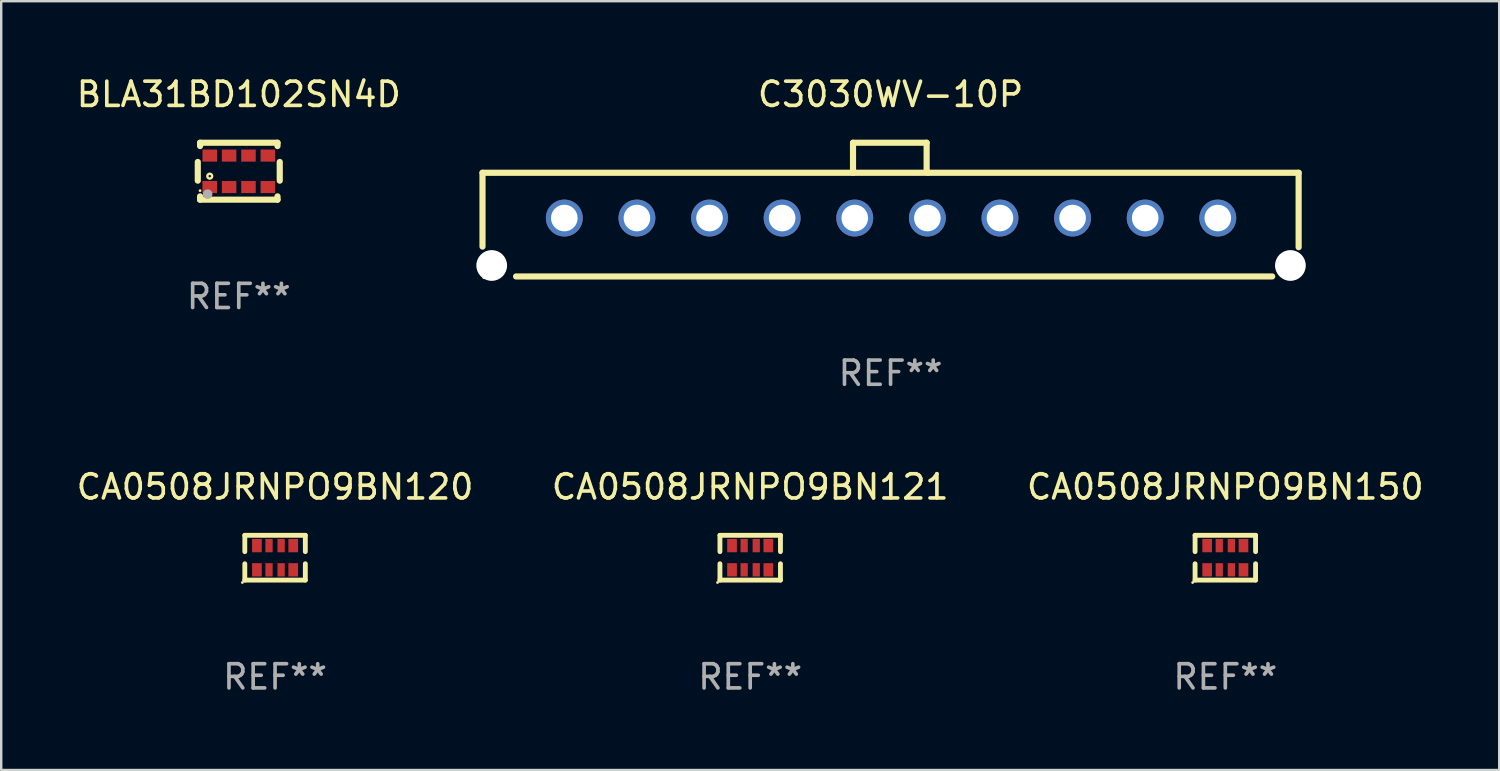
<source format=kicad_pcb>
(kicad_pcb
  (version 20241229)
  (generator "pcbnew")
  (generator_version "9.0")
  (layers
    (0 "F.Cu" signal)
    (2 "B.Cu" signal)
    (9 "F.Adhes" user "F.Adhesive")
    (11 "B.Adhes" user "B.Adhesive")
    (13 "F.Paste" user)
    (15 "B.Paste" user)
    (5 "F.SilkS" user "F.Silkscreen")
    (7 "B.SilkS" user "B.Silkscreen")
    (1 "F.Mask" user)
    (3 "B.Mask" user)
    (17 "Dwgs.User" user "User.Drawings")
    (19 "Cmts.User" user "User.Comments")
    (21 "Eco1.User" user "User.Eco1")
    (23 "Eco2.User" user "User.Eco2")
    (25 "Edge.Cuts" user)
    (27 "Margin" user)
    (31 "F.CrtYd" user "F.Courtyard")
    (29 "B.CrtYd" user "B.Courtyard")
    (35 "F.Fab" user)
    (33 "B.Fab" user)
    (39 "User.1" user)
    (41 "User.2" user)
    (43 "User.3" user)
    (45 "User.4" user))
  (footprint "CA0508JRNPO9BN121"
    (layer "F.Cu")
    (at 27.946 19.993)
    (property "Reference" "CA0508JRNPO9BN121" (at 0 -2.925 0) (layer "F.SilkS") (effects (font (size 1 1) (thickness 0.15))))
    (attr through_hole)
    (fp_line (start -1.25 -0.925) (end -1.25 -0.25) (stroke (width 0.2) (type solid)) (layer "F.SilkS"))
    (fp_line (start -1.25 0.925) (end -1.25 0.25) (stroke (width 0.2) (type solid)) (layer "F.SilkS"))
    (fp_line (start 1.25 -0.925) (end -1.25 -0.925) (stroke (width 0.2) (type solid)) (layer "F.SilkS"))
    (fp_line (start 1.25 -0.25) (end 1.25 -0.925) (stroke (width 0.2) (type solid)) (layer "F.SilkS"))
    (fp_line (start 1.25 0.25) (end 1.25 0.925) (stroke (width 0.2) (type solid)) (layer "F.SilkS"))
    (fp_line (start 1.25 0.925) (end -1.25 0.925) (stroke (width 0.2) (type solid)) (layer "F.SilkS"))
    (fp_circle (center -1.35 1.025) (end -1.32 1.025) (stroke (width 0.06) (type solid)) (fill no) (layer "F.SilkS"))
    (fp_text user "REF**" (at 0 4.925 0) (layer "F.Fab") (effects (font (size 1 1) (thickness 0.15))))
    (pad "1" smd rect (at -0.75 0.5 90) (size 0.55 0.4) (layers "F.Cu" "F.Mask" "F.Paste"))
    (pad "2" smd rect (at -0.25 0.5 90) (size 0.55 0.3) (layers "F.Cu" "F.Mask" "F.Paste"))
    (pad "3" smd rect (at 0.25 0.5 90) (size 0.55 0.3) (layers "F.Cu" "F.Mask" "F.Paste"))
    (pad "4" smd rect (at 0.75 0.5 90) (size 0.55 0.4) (layers "F.Cu" "F.Mask" "F.Paste"))
    (pad "5" smd rect (at 0.75 -0.5 90) (size 0.55 0.4) (layers "F.Cu" "F.Mask" "F.Paste"))
    (pad "6" smd rect (at 0.25 -0.5 90) (size 0.55 0.3) (layers "F.Cu" "F.Mask" "F.Paste"))
    (pad "7" smd rect (at -0.25 -0.5 90) (size 0.55 0.3) (layers "F.Cu" "F.Mask" "F.Paste"))
    (pad "8" smd rect (at -0.75 -0.5 90) (size 0.55 0.4) (layers "F.Cu" "F.Mask" "F.Paste")))
  (footprint "CA0508JRNPO9BN150"
    (layer "F.Cu")
    (at 47.577 19.993)
    (property "Reference" "CA0508JRNPO9BN150" (at 0 -2.925 0) (layer "F.SilkS") (effects (font (size 1 1) (thickness 0.15))))
    (attr through_hole)
    (fp_line (start -1.25 -0.925) (end -1.25 -0.25) (stroke (width 0.2) (type solid)) (layer "F.SilkS"))
    (fp_line (start -1.25 0.925) (end -1.25 0.25) (stroke (width 0.2) (type solid)) (layer "F.SilkS"))
    (fp_line (start 1.25 -0.925) (end -1.25 -0.925) (stroke (width 0.2) (type solid)) (layer "F.SilkS"))
    (fp_line (start 1.25 -0.25) (end 1.25 -0.925) (stroke (width 0.2) (type solid)) (layer "F.SilkS"))
    (fp_line (start 1.25 0.25) (end 1.25 0.925) (stroke (width 0.2) (type solid)) (layer "F.SilkS"))
    (fp_line (start 1.25 0.925) (end -1.25 0.925) (stroke (width 0.2) (type solid)) (layer "F.SilkS"))
    (fp_circle (center -1.35 1.025) (end -1.32 1.025) (stroke (width 0.06) (type solid)) (fill no) (layer "F.SilkS"))
    (fp_text user "REF**" (at 0 4.925 0) (layer "F.Fab") (effects (font (size 1 1) (thickness 0.15))))
    (pad "1" smd rect (at -0.75 0.5 90) (size 0.55 0.4) (layers "F.Cu" "F.Mask" "F.Paste"))
    (pad "2" smd rect (at -0.25 0.5 90) (size 0.55 0.3) (layers "F.Cu" "F.Mask" "F.Paste"))
    (pad "3" smd rect (at 0.25 0.5 90) (size 0.55 0.3) (layers "F.Cu" "F.Mask" "F.Paste"))
    (pad "4" smd rect (at 0.75 0.5 90) (size 0.55 0.4) (layers "F.Cu" "F.Mask" "F.Paste"))
    (pad "5" smd rect (at 0.75 -0.5 90) (size 0.55 0.4) (layers "F.Cu" "F.Mask" "F.Paste"))
    (pad "6" smd rect (at 0.25 -0.5 90) (size 0.55 0.3) (layers "F.Cu" "F.Mask" "F.Paste"))
    (pad "7" smd rect (at -0.25 -0.5 90) (size 0.55 0.3) (layers "F.Cu" "F.Mask" "F.Paste"))
    (pad "8" smd rect (at -0.75 -0.5 90) (size 0.55 0.4) (layers "F.Cu" "F.Mask" "F.Paste")))
  (footprint "BLA31BD102SN4D"
    (layer "F.Cu")
    (at 6.815 4.024)
    (property "Reference" "BLA31BD102SN4D" (at 0 -3.176 0) (layer "F.SilkS") (effects (font (size 1 1) (thickness 0.15))))
    (attr through_hole)
    (fp_line (start -1.693 0.391) (end -1.693 -0.383) (stroke (width 0.254) (type solid)) (layer "F.SilkS"))
    (fp_line (start -1.599 -1.176) (end 1.601 -1.176) (stroke (width 0.254) (type solid)) (layer "F.SilkS"))
    (fp_line (start -1.599 -1.039) (end -1.599 -1.176) (stroke (width 0.254) (type solid)) (layer "F.SilkS"))
    (fp_line (start -1.599 1.176) (end -1.599 1.039) (stroke (width 0.254) (type solid)) (layer "F.SilkS"))
    (fp_line (start -1.599 1.176) (end 1.601 1.176) (stroke (width 0.254) (type solid)) (layer "F.SilkS"))
    (fp_line (start 1.601 -1.039) (end 1.601 -1.176) (stroke (width 0.254) (type solid)) (layer "F.SilkS"))
    (fp_line (start 1.601 1.176) (end 1.601 1.039) (stroke (width 0.254) (type solid)) (layer "F.SilkS"))
    (fp_line (start 1.693 0.391) (end 1.693 -0.383) (stroke (width 0.254) (type solid)) (layer "F.SilkS"))
    (fp_circle (center -1.599 0.804) (end -1.569 0.804) (stroke (width 0.06) (type solid)) (fill no) (layer "F.SilkS"))
    (fp_circle (center -1.199 0.204) (end -1.099 0.204) (stroke (width 0.1) (type solid)) (fill no) (layer "F.SilkS"))
    (fp_circle (center -1.287 0.948) (end -1.187 0.948) (stroke (width 0.2) (type solid)) (fill no) (layer "F.Fab"))
    (fp_text user "REF**" (at 0 5.176 0) (layer "F.Fab") (effects (font (size 1 1) (thickness 0.15))))
    (pad "1" smd rect (at -1.199 0.654) (size 0.6 0.5) (layers "F.Cu" "F.Mask" "F.Paste"))
    (pad "2" smd rect (at -0.399 0.654) (size 0.6 0.5) (layers "F.Cu" "F.Mask" "F.Paste"))
    (pad "3" smd rect (at 0.401 0.654) (size 0.6 0.5) (layers "F.Cu" "F.Mask" "F.Paste"))
    (pad "4" smd rect (at 1.201 0.654) (size 0.6 0.5) (layers "F.Cu" "F.Mask" "F.Paste"))
    (pad "5" smd rect (at -1.199 -0.646) (size 0.6 0.5) (layers "F.Cu" "F.Mask" "F.Paste"))
    (pad "6" smd rect (at -0.399 -0.646) (size 0.6 0.5) (layers "F.Cu" "F.Mask" "F.Paste"))
    (pad "7" smd rect (at 0.401 -0.646) (size 0.6 0.5) (layers "F.Cu" "F.Mask" "F.Paste"))
    (pad "8" smd rect (at 1.201 -0.646) (size 0.6 0.5) (layers "F.Cu" "F.Mask" "F.Paste")))
  (footprint "C3030WV-10P"
    (layer "F.Cu")
    (at 33.746 5.61)
    (property "Reference" "C3030WV-10P" (at 0 -4.762 0) (layer "F.SilkS") (effects (font (size 1 1) (thickness 0.15))))
    (attr through_hole)
    (fp_line (start -16.86 -1.522) (end 16.86 -1.522) (stroke (width 0.254) (type solid)) (layer "F.SilkS"))
    (fp_line (start -16.86 1.529) (end -16.86 -1.522) (stroke (width 0.254) (type solid)) (layer "F.SilkS"))
    (fp_line (start -15.474 2.762) (end 15.768 2.762) (stroke (width 0.254) (type solid)) (layer "F.SilkS"))
    (fp_line (start -1.552 -2.762) (end 1.49 -2.762) (stroke (width 0.254) (type solid)) (layer "F.SilkS"))
    (fp_line (start -1.552 -1.522) (end -1.552 -2.762) (stroke (width 0.254) (type solid)) (layer "F.SilkS"))
    (fp_line (start 1.49 -2.762) (end 1.49 -1.574) (stroke (width 0.254) (type solid)) (layer "F.SilkS"))
    (fp_line (start 1.49 -1.574) (end 1.543 -1.522) (stroke (width 0.254) (type solid)) (layer "F.SilkS"))
    (fp_line (start 16.86 -1.522) (end 16.86 1.554) (stroke (width 0.254) (type solid)) (layer "F.SilkS"))
    (fp_circle (center -16.805 2.814) (end -16.775 2.814) (stroke (width 0.06) (type solid)) (fill no) (layer "F.SilkS"))
    (fp_circle (center -16.48 2.309) (end -16.205 2.309) (stroke (width 0.55) (type solid)) (fill no) (layer "F.Fab"))
    (fp_circle (center -16.48 2.309) (end -16.192 2.309) (stroke (width 0.575) (type solid)) (fill no) (layer "F.Fab"))
    (fp_circle (center 16.52 2.309) (end 16.795 2.309) (stroke (width 0.55) (type solid)) (fill no) (layer "F.Fab"))
    (fp_circle (center 16.52 2.309) (end 16.808 2.309) (stroke (width 0.575) (type solid)) (fill no) (layer "F.Fab"))
    (fp_text user "REF**" (at 0 6.762 0) (layer "F.Fab") (effects (font (size 1 1) (thickness 0.15))))
    (pad "" np_thru_hole circle (at -16.48 2.309) (size 1.27 1.27) (drill 1.27) (layers "*.Cu" "*.Mask"))
    (pad "" np_thru_hole circle (at 16.52 2.309) (size 1.27 1.27) (drill 1.27) (layers "*.Cu" "*.Mask"))
    (pad "1" thru_hole circle (at -13.48 0.349) (size 1.524 1.524) (drill 1.1) (layers "*.Cu" "*.Mask"))
    (pad "2" thru_hole circle (at -10.48 0.349) (size 1.524 1.524) (drill 1.1) (layers "*.Cu" "*.Mask"))
    (pad "3" thru_hole circle (at -7.48 0.349) (size 1.524 1.524) (drill 1.1) (layers "*.Cu" "*.Mask"))
    (pad "4" thru_hole circle (at -4.48 0.349) (size 1.524 1.524) (drill 1.1) (layers "*.Cu" "*.Mask"))
    (pad "5" thru_hole circle (at -1.48 0.349) (size 1.524 1.524) (drill 1.1) (layers "*.Cu" "*.Mask"))
    (pad "6" thru_hole circle (at 1.52 0.349) (size 1.524 1.524) (drill 1.1) (layers "*.Cu" "*.Mask"))
    (pad "7" thru_hole circle (at 4.52 0.349) (size 1.524 1.524) (drill 1.1) (layers "*.Cu" "*.Mask"))
    (pad "8" thru_hole circle (at 7.52 0.349) (size 1.524 1.524) (drill 1.1) (layers "*.Cu" "*.Mask"))
    (pad "9" thru_hole circle (at 10.52 0.349) (size 1.524 1.524) (drill 1.1) (layers "*.Cu" "*.Mask"))
    (pad "10" thru_hole circle (at 13.52 0.349) (size 1.524 1.524) (drill 1.1) (layers "*.Cu" "*.Mask")))
  (footprint "CA0508JRNPO9BN120"
    (layer "F.Cu")
    (at 8.315 19.993)
    (property "Reference" "CA0508JRNPO9BN120" (at 0 -2.925 0) (layer "F.SilkS") (effects (font (size 1 1) (thickness 0.15))))
    (attr through_hole)
    (fp_line (start -1.25 -0.925) (end -1.25 -0.25) (stroke (width 0.2) (type solid)) (layer "F.SilkS"))
    (fp_line (start -1.25 0.925) (end -1.25 0.25) (stroke (width 0.2) (type solid)) (layer "F.SilkS"))
    (fp_line (start 1.25 -0.925) (end -1.25 -0.925) (stroke (width 0.2) (type solid)) (layer "F.SilkS"))
    (fp_line (start 1.25 -0.25) (end 1.25 -0.925) (stroke (width 0.2) (type solid)) (layer "F.SilkS"))
    (fp_line (start 1.25 0.25) (end 1.25 0.925) (stroke (width 0.2) (type solid)) (layer "F.SilkS"))
    (fp_line (start 1.25 0.925) (end -1.25 0.925) (stroke (width 0.2) (type solid)) (layer "F.SilkS"))
    (fp_circle (center -1.35 1.025) (end -1.32 1.025) (stroke (width 0.06) (type solid)) (fill no) (layer "F.SilkS"))
    (fp_text user "REF**" (at 0 4.925 0) (layer "F.Fab") (effects (font (size 1 1) (thickness 0.15))))
    (pad "1" smd rect (at -0.75 0.5 90) (size 0.55 0.4) (layers "F.Cu" "F.Mask" "F.Paste"))
    (pad "2" smd rect (at -0.25 0.5 90) (size 0.55 0.3) (layers "F.Cu" "F.Mask" "F.Paste"))
    (pad "3" smd rect (at 0.25 0.5 90) (size 0.55 0.3) (layers "F.Cu" "F.Mask" "F.Paste"))
    (pad "4" smd rect (at 0.75 0.5 90) (size 0.55 0.4) (layers "F.Cu" "F.Mask" "F.Paste"))
    (pad "5" smd rect (at 0.75 -0.5 90) (size 0.55 0.4) (layers "F.Cu" "F.Mask" "F.Paste"))
    (pad "6" smd rect (at 0.25 -0.5 90) (size 0.55 0.3) (layers "F.Cu" "F.Mask" "F.Paste"))
    (pad "7" smd rect (at -0.25 -0.5 90) (size 0.55 0.3) (layers "F.Cu" "F.Mask" "F.Paste"))
    (pad "8" smd rect (at -0.75 -0.5 90) (size 0.55 0.4) (layers "F.Cu" "F.Mask" "F.Paste")))
  (gr_rect
    (start -3 -3)
    (end 58.893 28.766)
    (stroke (width 0.1) (type default))
    (fill no)
    (layer "Edge.Cuts")))
</source>
